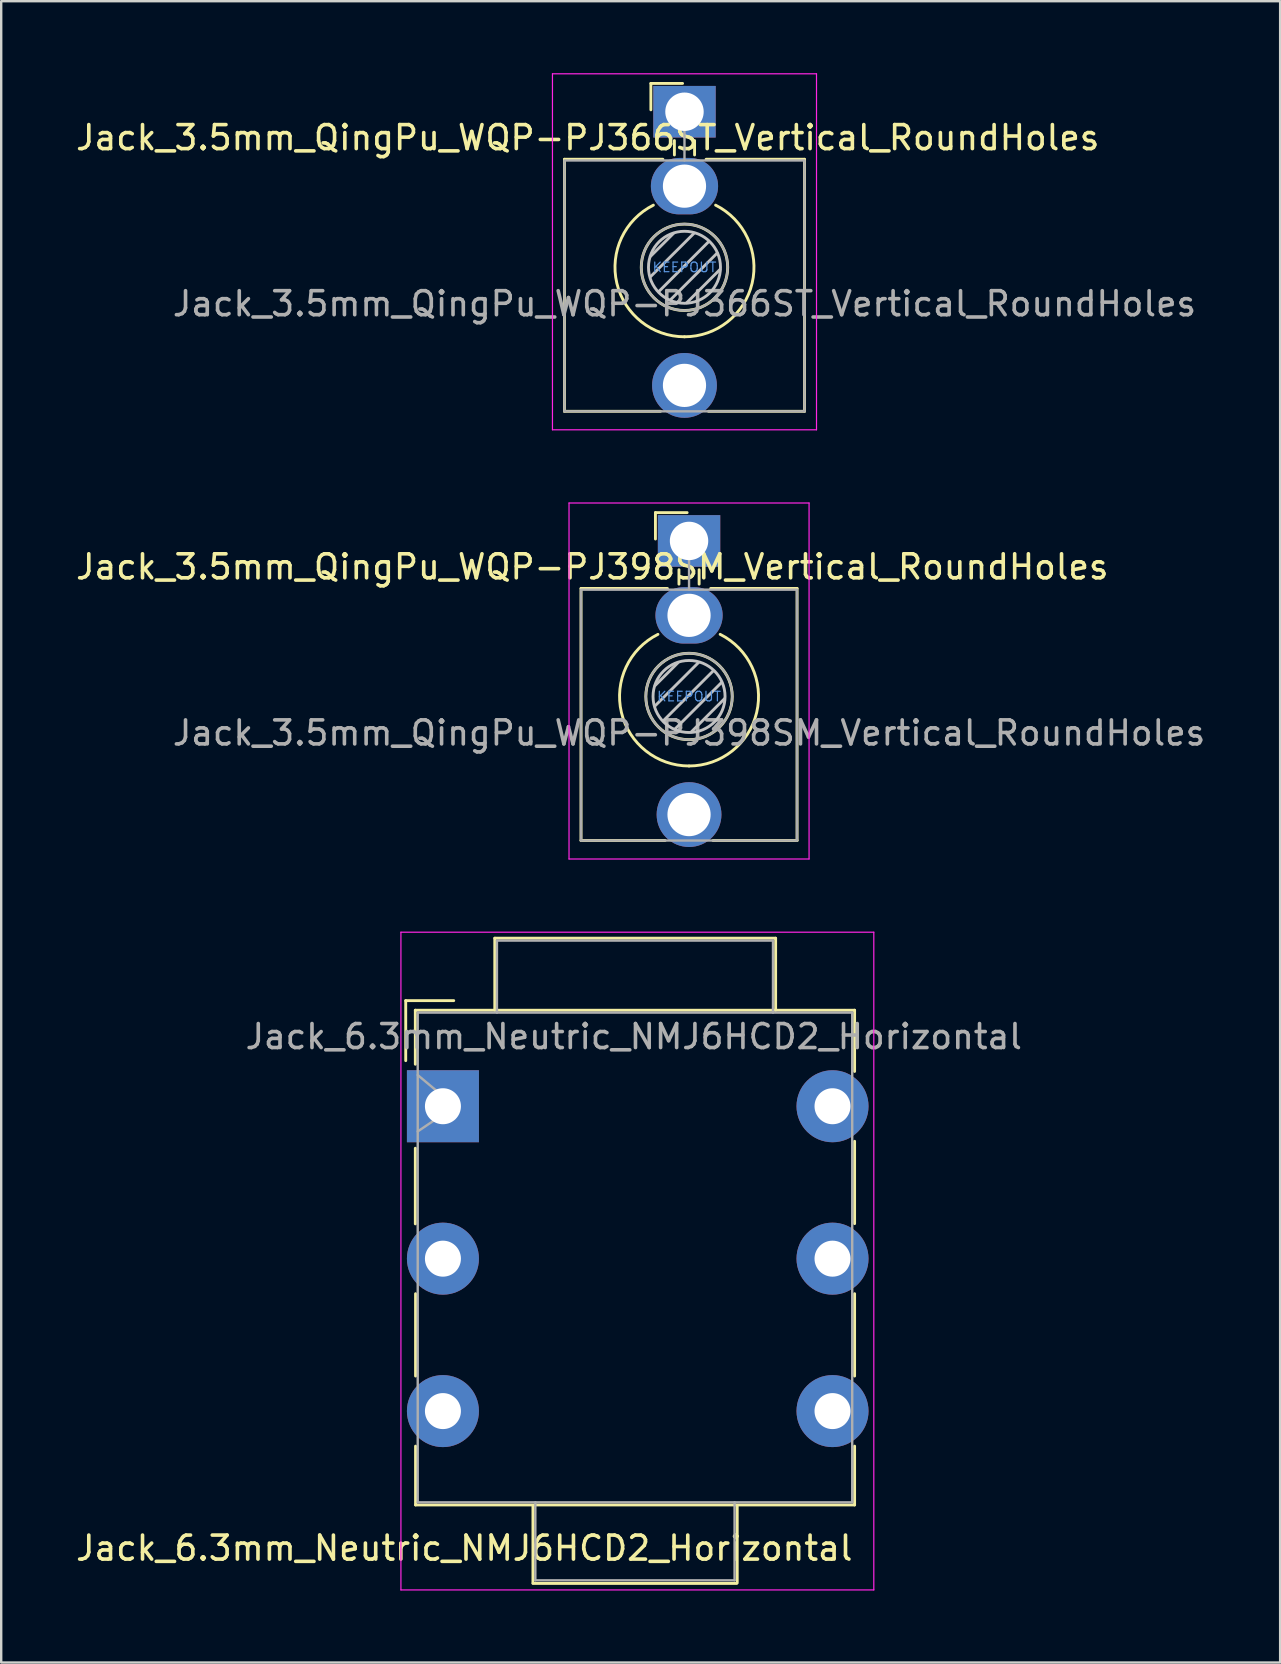
<source format=kicad_pcb>
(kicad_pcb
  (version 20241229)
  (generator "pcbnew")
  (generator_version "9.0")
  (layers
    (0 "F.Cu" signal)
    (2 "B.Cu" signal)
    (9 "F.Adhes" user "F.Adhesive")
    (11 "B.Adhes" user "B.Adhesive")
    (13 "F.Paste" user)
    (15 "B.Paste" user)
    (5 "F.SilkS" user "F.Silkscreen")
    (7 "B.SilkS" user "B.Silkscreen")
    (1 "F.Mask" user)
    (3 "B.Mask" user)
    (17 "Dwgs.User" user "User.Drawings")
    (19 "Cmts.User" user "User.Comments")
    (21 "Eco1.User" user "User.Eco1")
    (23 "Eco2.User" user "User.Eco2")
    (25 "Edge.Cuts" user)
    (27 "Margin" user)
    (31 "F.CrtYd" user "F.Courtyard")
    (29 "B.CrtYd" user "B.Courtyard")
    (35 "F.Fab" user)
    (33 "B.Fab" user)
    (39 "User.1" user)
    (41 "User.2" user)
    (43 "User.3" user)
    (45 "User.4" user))
  (footprint "Jack_3.5mm_QingPu_WQP-PJ398SM_Vertical_RoundHoles"
    (layer "F.Cu")
    (at 25.655 19.485)
    (property "Reference" "Jack_3.5mm_QingPu_WQP-PJ398SM_Vertical_RoundHoles" (at -4.03 1.08 180) (layer "F.SilkS") (effects (font (size 1 1) (thickness 0.15))))
    (attr through_hole)
    (fp_line (start -4.5 1.98) (end -4.5 12.48) (stroke (width 0.12) (type solid)) (layer "F.SilkS"))
    (fp_line (start -1.4 -1.18) (end -1.4 -0.08) (stroke (width 0.12) (type solid)) (layer "F.SilkS"))
    (fp_line (start -1.4 -1.18) (end -0.08 -1.18) (stroke (width 0.12) (type solid)) (layer "F.SilkS"))
    (fp_line (start -1 12.48) (end -4.5 12.48) (stroke (width 0.12) (type solid)) (layer "F.SilkS"))
    (fp_line (start -0.9 1.98) (end -4.5 1.98) (stroke (width 0.12) (type solid)) (layer "F.SilkS"))
    (fp_line (start -0.42 1.2) (end -0.42 1.8) (stroke (width 0.12) (type solid)) (layer "F.SilkS"))
    (fp_line (start 0.42 1.2) (end 0.42 1.8) (stroke (width 0.12) (type solid)) (layer "F.SilkS"))
    (fp_line (start 4.5 1.98) (end 0.9 1.98) (stroke (width 0.12) (type solid)) (layer "F.SilkS"))
    (fp_line (start 4.5 1.98) (end 4.5 12.48) (stroke (width 0.12) (type solid)) (layer "F.SilkS"))
    (fp_line (start 4.5 12.48) (end 1 12.48) (stroke (width 0.12) (type solid)) (layer "F.SilkS"))
    (fp_arc (start 0 9.375) (mid -2.817353 7.145994) (end -1.296263 3.891423) (stroke (width 0.12) (type solid)) (layer "F.SilkS"))
    (fp_arc (start 1.296263 3.891423) (mid 2.817353 7.145994) (end 0 9.375) (stroke (width 0.12) (type solid)) (layer "F.SilkS"))
    (fp_circle (center 0 6.48) (end 1.8 6.48) (stroke (width 0.12) (type solid)) (fill no) (layer "F.SilkS"))
    (fp_line (start -1.42 6.875) (end 0.4 5.06) (stroke (width 0.12) (type solid)) (layer "Dwgs.User"))
    (fp_line (start -1.41 6.02) (end -0.46 5.07) (stroke (width 0.12) (type solid)) (layer "Dwgs.User"))
    (fp_line (start -1.07 7.49) (end 1.01 5.41) (stroke (width 0.12) (type solid)) (layer "Dwgs.User"))
    (fp_line (start -0.58 7.83) (end 1.36 5.89) (stroke (width 0.12) (type solid)) (layer "Dwgs.User"))
    (fp_line (start 0.09 7.96) (end 1.48 6.57) (stroke (width 0.12) (type solid)) (layer "Dwgs.User"))
    (fp_circle (center 0 6.48) (end 1.5 6.48) (stroke (width 0.12) (type solid)) (fill no) (layer "Dwgs.User"))
    (fp_line (start -5 13.25) (end -5 -1.58) (stroke (width 0.05) (type solid)) (layer "F.CrtYd"))
    (fp_line (start 5 -1.58) (end -5 -1.58) (stroke (width 0.05) (type solid)) (layer "F.CrtYd"))
    (fp_line (start 5 13.25) (end -5 13.25) (stroke (width 0.05) (type solid)) (layer "F.CrtYd"))
    (fp_line (start 5 13.25) (end 5 -1.58) (stroke (width 0.05) (type solid)) (layer "F.CrtYd"))
    (fp_line (start -4.5 12.48) (end -4.5 2.08) (stroke (width 0.1) (type solid)) (layer "F.Fab"))
    (fp_line (start 0 0) (end 0 2.03) (stroke (width 0.1) (type solid)) (layer "F.Fab"))
    (fp_line (start 4.5 2.03) (end -4.5 2.03) (stroke (width 0.1) (type solid)) (layer "F.Fab"))
    (fp_line (start 4.5 12.48) (end -4.5 12.48) (stroke (width 0.1) (type solid)) (layer "F.Fab"))
    (fp_line (start 4.5 12.48) (end 4.5 2.08) (stroke (width 0.1) (type solid)) (layer "F.Fab"))
    (fp_circle (center 0 6.48) (end 1.8 6.48) (stroke (width 0.1) (type solid)) (fill no) (layer "F.Fab"))
    (fp_text user "KEEPOUT" (at 0 6.48 0) (layer "Cmts.User") (effects (font (size 0.4 0.4) (thickness 0.051))))
    (fp_text user "${REFERENCE}" (at 0 8 180) (layer "F.Fab") (effects (font (size 1 1) (thickness 0.15))))
    (pad "1" thru_hole rect (at 0 0 180) (size 2.6 2.15) (drill 1.6) (layers "*.Cu" "*.Mask"))
    (pad "2" thru_hole oval (at 0 3.1 180) (size 2.8 2.35) (drill 1.8) (layers "*.Cu" "*.Mask"))
    (pad "3" thru_hole circle (at 0 11.4 180) (size 2.7 2.7) (drill 1.8) (layers "*.Cu" "*.Mask")))
  (footprint "Jack_6.3mm_Neutric_NMJ6HCD2_Horizontal"
    (layer "F.Cu")
    (at 15.402 43.035)
    (property "Reference" "Jack_6.3mm_Neutric_NMJ6HCD2_Horizontal" (at 0.89 18.41 0) (layer "F.SilkS") (effects (font (size 1 1) (thickness 0.15))))
    (attr through_hole)
    (fp_line (start -1.55 -4.4) (end -1.55 -1.9) (stroke (width 0.12) (type solid)) (layer "F.SilkS"))
    (fp_line (start -1.15 -4) (end 17.15 -4) (stroke (width 0.12) (type solid)) (layer "F.SilkS"))
    (fp_line (start -1.15 -1.75) (end -1.15 -4) (stroke (width 0.12) (type solid)) (layer "F.SilkS"))
    (fp_line (start -1.15 4.9) (end -1.15 1.75) (stroke (width 0.12) (type solid)) (layer "F.SilkS"))
    (fp_line (start -1.14 11.24) (end -1.14 7.81) (stroke (width 0.12) (type solid)) (layer "F.SilkS"))
    (fp_line (start -1.14 16.61) (end -1.14 14.16) (stroke (width 0.12) (type solid)) (layer "F.SilkS"))
    (fp_line (start -1.14 16.61) (end 17.15 16.61) (stroke (width 0.12) (type solid)) (layer "F.SilkS"))
    (fp_line (start 0.45 -4.4) (end -1.55 -4.4) (stroke (width 0.12) (type solid)) (layer "F.SilkS"))
    (fp_line (start 2.16 -7) (end 2.16 -4) (stroke (width 0.12) (type solid)) (layer "F.SilkS"))
    (fp_line (start 2.16 -7) (end 13.86 -7) (stroke (width 0.12) (type solid)) (layer "F.SilkS"))
    (fp_line (start 3.75 16.64) (end 3.75 19.86) (stroke (width 0.12) (type solid)) (layer "F.SilkS"))
    (fp_line (start 3.75 19.88) (end 12.23 19.88) (stroke (width 0.12) (type solid)) (layer "F.SilkS"))
    (fp_line (start 12.26 16.64) (end 12.26 19.86) (stroke (width 0.12) (type solid)) (layer "F.SilkS"))
    (fp_line (start 13.86 -7) (end 13.86 -4) (stroke (width 0.12) (type solid)) (layer "F.SilkS"))
    (fp_line (start 17.15 -4) (end 17.15 -1.45) (stroke (width 0.12) (type solid)) (layer "F.SilkS"))
    (fp_line (start 17.15 1.46) (end 17.15 4.89) (stroke (width 0.12) (type solid)) (layer "F.SilkS"))
    (fp_line (start 17.15 7.81) (end 17.15 11.24) (stroke (width 0.12) (type solid)) (layer "F.SilkS"))
    (fp_line (start 17.15 16.61) (end 17.15 14.16) (stroke (width 0.12) (type solid)) (layer "F.SilkS"))
    (fp_line (start -1.75 -7.25) (end -1.75 20.15) (stroke (width 0.05) (type solid)) (layer "F.CrtYd"))
    (fp_line (start -1.75 -7.25) (end 17.95 -7.25) (stroke (width 0.05) (type solid)) (layer "F.CrtYd"))
    (fp_line (start -1.75 20.15) (end 17.95 20.15) (stroke (width 0.05) (type solid)) (layer "F.CrtYd"))
    (fp_line (start 17.95 20.15) (end 17.95 -7.25) (stroke (width 0.05) (type solid)) (layer "F.CrtYd"))
    (fp_line (start -1.05 -3.9) (end 17.05 -3.9) (stroke (width 0.1) (type solid)) (layer "F.Fab"))
    (fp_line (start -1.05 -1.3) (end 0.5 0) (stroke (width 0.1) (type solid)) (layer "F.Fab"))
    (fp_line (start -1.05 16.5) (end -1.05 -3.9) (stroke (width 0.1) (type solid)) (layer "F.Fab"))
    (fp_line (start 0.5 0) (end -1.05 1.05) (stroke (width 0.1) (type solid)) (layer "F.Fab"))
    (fp_line (start 2.25 -6.9) (end 13.75 -6.9) (stroke (width 0.1) (type solid)) (layer "F.Fab"))
    (fp_line (start 2.25 -3.9) (end 2.25 -6.9) (stroke (width 0.1) (type solid)) (layer "F.Fab"))
    (fp_line (start 3.85 16.5) (end 3.85 19.75) (stroke (width 0.1) (type solid)) (layer "F.Fab"))
    (fp_line (start 3.85 19.75) (end 12.15 19.75) (stroke (width 0.1) (type solid)) (layer "F.Fab"))
    (fp_line (start 12.15 19.75) (end 12.15 16.5) (stroke (width 0.1) (type solid)) (layer "F.Fab"))
    (fp_line (start 13.75 -6.9) (end 13.75 -3.9) (stroke (width 0.1) (type solid)) (layer "F.Fab"))
    (fp_line (start 17.05 -3.9) (end 17.05 16.5) (stroke (width 0.1) (type solid)) (layer "F.Fab"))
    (fp_line (start 17.05 16.5) (end -1.05 16.5) (stroke (width 0.1) (type solid)) (layer "F.Fab"))
    (fp_text user "${REFERENCE}" (at 7.95 -2.9 0) (layer "F.Fab") (effects (font (size 1 1) (thickness 0.15))))
    (pad "1" thru_hole rect (at 0 0) (size 3 3) (drill 1.5) (layers "*.Cu" "*.Mask"))
    (pad "2" thru_hole circle (at 0 12.7) (size 3 3) (drill 1.5) (layers "*.Cu" "*.Mask"))
    (pad "3" thru_hole circle (at 0 6.35) (size 3 3) (drill 1.5) (layers "*.Cu" "*.Mask"))
    (pad "4" thru_hole circle (at 16.23 0) (size 3 3) (drill 1.5) (layers "*.Cu" "*.Mask"))
    (pad "5" thru_hole circle (at 16.23 12.7) (size 3 3) (drill 1.5) (layers "*.Cu" "*.Mask"))
    (pad "6" thru_hole circle (at 16.23 6.35) (size 3 3) (drill 1.5) (layers "*.Cu" "*.Mask")))
  (footprint "Jack_3.5mm_QingPu_WQP-PJ366ST_Vertical_RoundHoles"
    (layer "F.Cu")
    (at 25.465 1.605)
    (property "Reference" "Jack_3.5mm_QingPu_WQP-PJ366ST_Vertical_RoundHoles" (at -4.03 1.08 180) (layer "F.SilkS") (effects (font (size 1 1) (thickness 0.15))))
    (attr through_hole)
    (fp_line (start -5 1.98) (end -5 12.48) (stroke (width 0.12) (type solid)) (layer "F.SilkS"))
    (fp_line (start -1.4 -1.18) (end -1.4 -0.08) (stroke (width 0.12) (type solid)) (layer "F.SilkS"))
    (fp_line (start -1.4 -1.18) (end -0.08 -1.18) (stroke (width 0.12) (type solid)) (layer "F.SilkS"))
    (fp_line (start -1 12.48) (end -5 12.48) (stroke (width 0.12) (type solid)) (layer "F.SilkS"))
    (fp_line (start -0.9 1.98) (end -5 1.98) (stroke (width 0.12) (type solid)) (layer "F.SilkS"))
    (fp_line (start -0.42 1.2) (end -0.42 1.8) (stroke (width 0.12) (type solid)) (layer "F.SilkS"))
    (fp_line (start 0.42 1.2) (end 0.42 1.8) (stroke (width 0.12) (type solid)) (layer "F.SilkS"))
    (fp_line (start 5 1.98) (end 0.9 1.98) (stroke (width 0.12) (type solid)) (layer "F.SilkS"))
    (fp_line (start 5 1.98) (end 5 12.48) (stroke (width 0.12) (type solid)) (layer "F.SilkS"))
    (fp_line (start 5 12.48) (end 1 12.48) (stroke (width 0.12) (type solid)) (layer "F.SilkS"))
    (fp_arc (start 0 9.375) (mid -2.817353 7.145994) (end -1.296263 3.891423) (stroke (width 0.12) (type solid)) (layer "F.SilkS"))
    (fp_arc (start 1.296263 3.891423) (mid 2.817353 7.145994) (end 0 9.375) (stroke (width 0.12) (type solid)) (layer "F.SilkS"))
    (fp_circle (center 0 6.48) (end 1.8 6.48) (stroke (width 0.12) (type solid)) (fill no) (layer "F.SilkS"))
    (fp_line (start -1.42 6.875) (end 0.4 5.06) (stroke (width 0.12) (type solid)) (layer "Dwgs.User"))
    (fp_line (start -1.41 6.02) (end -0.46 5.07) (stroke (width 0.12) (type solid)) (layer "Dwgs.User"))
    (fp_line (start -1.07 7.49) (end 1.01 5.41) (stroke (width 0.12) (type solid)) (layer "Dwgs.User"))
    (fp_line (start -0.58 7.83) (end 1.36 5.89) (stroke (width 0.12) (type solid)) (layer "Dwgs.User"))
    (fp_line (start 0.09 7.96) (end 1.48 6.57) (stroke (width 0.12) (type solid)) (layer "Dwgs.User"))
    (fp_circle (center 0 6.48) (end 1.5 6.48) (stroke (width 0.12) (type solid)) (fill no) (layer "Dwgs.User"))
    (fp_line (start -5.5 13.25) (end -5.5 -1.58) (stroke (width 0.05) (type solid)) (layer "F.CrtYd"))
    (fp_line (start 5.5 -1.58) (end -5.5 -1.58) (stroke (width 0.05) (type solid)) (layer "F.CrtYd"))
    (fp_line (start 5.5 13.25) (end -5.5 13.25) (stroke (width 0.05) (type solid)) (layer "F.CrtYd"))
    (fp_line (start 5.5 13.25) (end 5.5 -1.58) (stroke (width 0.05) (type solid)) (layer "F.CrtYd"))
    (fp_line (start -5 12.48) (end -5 2.08) (stroke (width 0.1) (type solid)) (layer "F.Fab"))
    (fp_line (start 0 0) (end 0 2.03) (stroke (width 0.1) (type solid)) (layer "F.Fab"))
    (fp_line (start 5 2.03) (end -5 2.03) (stroke (width 0.1) (type solid)) (layer "F.Fab"))
    (fp_line (start 5 12.48) (end -5 12.48) (stroke (width 0.1) (type solid)) (layer "F.Fab"))
    (fp_line (start 5 12.48) (end 5 2.08) (stroke (width 0.1) (type solid)) (layer "F.Fab"))
    (fp_circle (center 0 6.48) (end 1.8 6.48) (stroke (width 0.1) (type solid)) (fill no) (layer "F.Fab"))
    (fp_text user "KEEPOUT" (at 0 6.48 0) (layer "Cmts.User") (effects (font (size 0.4 0.4) (thickness 0.051))))
    (fp_text user "${REFERENCE}" (at 0 8 180) (layer "F.Fab") (effects (font (size 1 1) (thickness 0.15))))
    (pad "1" thru_hole rect (at 0 0 180) (size 2.6 2.15) (drill 1.6) (layers "*.Cu" "*.Mask"))
    (pad "2" thru_hole oval (at 0 3.1 180) (size 2.8 2.35) (drill 1.8) (layers "*.Cu" "*.Mask"))
    (pad "3" thru_hole circle (at 0 11.4 180) (size 2.7 2.7) (drill 1.8) (layers "*.Cu" "*.Mask")))
  (gr_rect
    (start -3 -3)
    (end 50.28 66.21)
    (stroke (width 0.1) (type default))
    (fill no)
    (layer "Edge.Cuts")))
</source>
